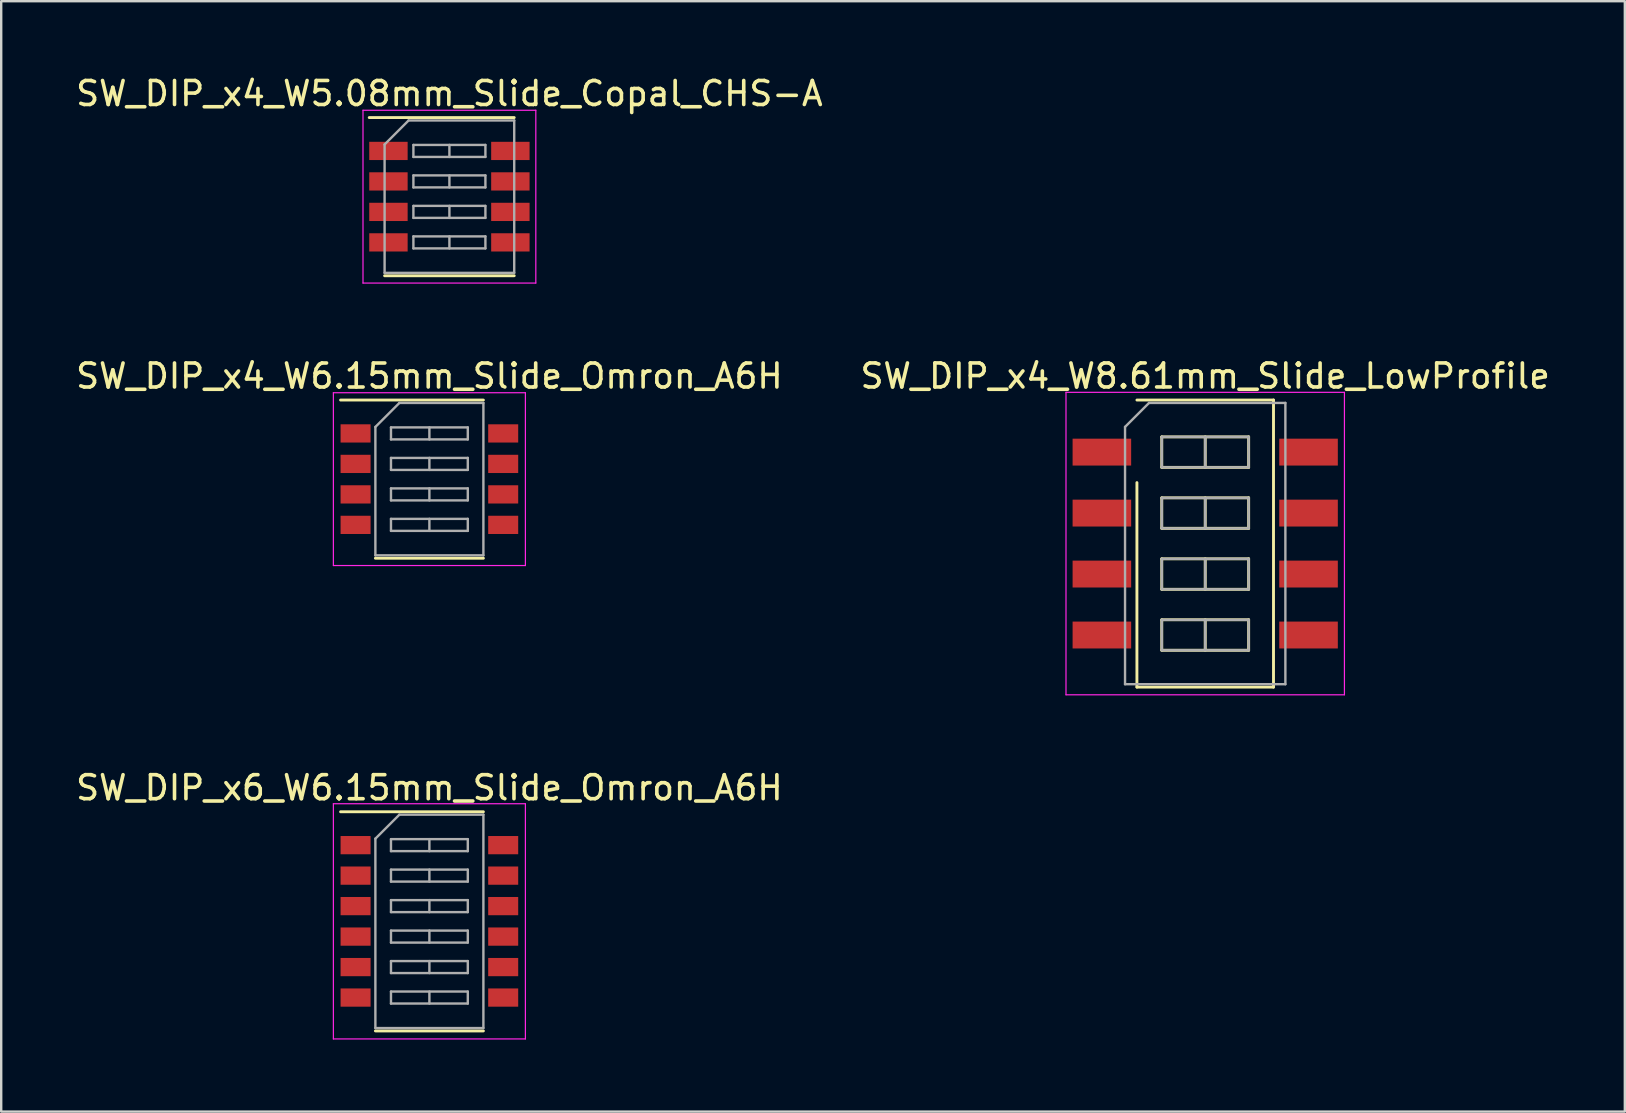
<source format=kicad_pcb>
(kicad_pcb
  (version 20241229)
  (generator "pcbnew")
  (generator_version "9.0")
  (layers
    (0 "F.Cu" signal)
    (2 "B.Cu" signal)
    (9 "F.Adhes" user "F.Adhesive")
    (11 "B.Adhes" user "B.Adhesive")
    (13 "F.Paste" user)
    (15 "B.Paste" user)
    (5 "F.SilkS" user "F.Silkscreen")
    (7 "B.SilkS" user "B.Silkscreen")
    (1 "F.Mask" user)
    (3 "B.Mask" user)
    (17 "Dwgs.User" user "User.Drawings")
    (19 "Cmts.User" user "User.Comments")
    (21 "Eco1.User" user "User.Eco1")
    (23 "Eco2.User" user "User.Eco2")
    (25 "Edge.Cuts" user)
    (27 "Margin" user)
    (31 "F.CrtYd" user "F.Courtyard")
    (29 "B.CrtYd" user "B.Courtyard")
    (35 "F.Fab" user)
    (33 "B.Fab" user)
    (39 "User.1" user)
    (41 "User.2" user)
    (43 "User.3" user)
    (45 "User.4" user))
  (footprint "SW_DIP_x6_W6.15mm_Slide_Omron_A6H"
    (layer "F.Cu")
    (at 14.839 35.335)
    (property "Reference" "SW_DIP_x6_W6.15mm_Slide_Omron_A6H" (at 0 -5.565 0) (layer "F.SilkS") (effects (font (size 1 1) (thickness 0.15))))
    (attr smd)
    (fp_line (start -3.7 -4.565) (end 2.25 -4.565) (stroke (width 0.12) (type solid)) (layer "F.SilkS"))
    (fp_line (start -2.25 4.565) (end 2.25 4.565) (stroke (width 0.12) (type solid)) (layer "F.SilkS"))
    (fp_line (start -4 -4.9) (end -4 4.9) (stroke (width 0.05) (type solid)) (layer "F.CrtYd"))
    (fp_line (start -4 4.9) (end 4 4.9) (stroke (width 0.05) (type solid)) (layer "F.CrtYd"))
    (fp_line (start 4 -4.9) (end -4 -4.9) (stroke (width 0.05) (type solid)) (layer "F.CrtYd"))
    (fp_line (start 4 4.9) (end 4 -4.9) (stroke (width 0.05) (type solid)) (layer "F.CrtYd"))
    (fp_line (start -2.25 -3.445) (end -1.25 -4.445) (stroke (width 0.1) (type solid)) (layer "F.Fab"))
    (fp_line (start -2.25 4.445) (end -2.25 -3.445) (stroke (width 0.1) (type solid)) (layer "F.Fab"))
    (fp_line (start -1.6 -3.425) (end -1.6 -2.925) (stroke (width 0.1) (type solid)) (layer "F.Fab"))
    (fp_line (start -1.6 -2.925) (end 1.6 -2.925) (stroke (width 0.1) (type solid)) (layer "F.Fab"))
    (fp_line (start -1.6 -2.155) (end -1.6 -1.655) (stroke (width 0.1) (type solid)) (layer "F.Fab"))
    (fp_line (start -1.6 -1.655) (end 1.6 -1.655) (stroke (width 0.1) (type solid)) (layer "F.Fab"))
    (fp_line (start -1.6 -0.885) (end -1.6 -0.385) (stroke (width 0.1) (type solid)) (layer "F.Fab"))
    (fp_line (start -1.6 -0.385) (end 1.6 -0.385) (stroke (width 0.1) (type solid)) (layer "F.Fab"))
    (fp_line (start -1.6 0.385) (end -1.6 0.885) (stroke (width 0.1) (type solid)) (layer "F.Fab"))
    (fp_line (start -1.6 0.885) (end 1.6 0.885) (stroke (width 0.1) (type solid)) (layer "F.Fab"))
    (fp_line (start -1.6 1.655) (end -1.6 2.155) (stroke (width 0.1) (type solid)) (layer "F.Fab"))
    (fp_line (start -1.6 2.155) (end 1.6 2.155) (stroke (width 0.1) (type solid)) (layer "F.Fab"))
    (fp_line (start -1.6 2.925) (end -1.6 3.425) (stroke (width 0.1) (type solid)) (layer "F.Fab"))
    (fp_line (start -1.6 3.425) (end 1.6 3.425) (stroke (width 0.1) (type solid)) (layer "F.Fab"))
    (fp_line (start -1.25 -4.445) (end 2.25 -4.445) (stroke (width 0.1) (type solid)) (layer "F.Fab"))
    (fp_line (start 0 -3.425) (end 0 -2.925) (stroke (width 0.1) (type solid)) (layer "F.Fab"))
    (fp_line (start 0 -2.155) (end 0 -1.655) (stroke (width 0.1) (type solid)) (layer "F.Fab"))
    (fp_line (start 0 -0.885) (end 0 -0.385) (stroke (width 0.1) (type solid)) (layer "F.Fab"))
    (fp_line (start 0 0.385) (end 0 0.885) (stroke (width 0.1) (type solid)) (layer "F.Fab"))
    (fp_line (start 0 1.655) (end 0 2.155) (stroke (width 0.1) (type solid)) (layer "F.Fab"))
    (fp_line (start 0 2.925) (end 0 3.425) (stroke (width 0.1) (type solid)) (layer "F.Fab"))
    (fp_line (start 1.6 -3.425) (end -1.6 -3.425) (stroke (width 0.1) (type solid)) (layer "F.Fab"))
    (fp_line (start 1.6 -2.925) (end 1.6 -3.425) (stroke (width 0.1) (type solid)) (layer "F.Fab"))
    (fp_line (start 1.6 -2.155) (end -1.6 -2.155) (stroke (width 0.1) (type solid)) (layer "F.Fab"))
    (fp_line (start 1.6 -1.655) (end 1.6 -2.155) (stroke (width 0.1) (type solid)) (layer "F.Fab"))
    (fp_line (start 1.6 -0.885) (end -1.6 -0.885) (stroke (width 0.1) (type solid)) (layer "F.Fab"))
    (fp_line (start 1.6 -0.385) (end 1.6 -0.885) (stroke (width 0.1) (type solid)) (layer "F.Fab"))
    (fp_line (start 1.6 0.385) (end -1.6 0.385) (stroke (width 0.1) (type solid)) (layer "F.Fab"))
    (fp_line (start 1.6 0.885) (end 1.6 0.385) (stroke (width 0.1) (type solid)) (layer "F.Fab"))
    (fp_line (start 1.6 1.655) (end -1.6 1.655) (stroke (width 0.1) (type solid)) (layer "F.Fab"))
    (fp_line (start 1.6 2.155) (end 1.6 1.655) (stroke (width 0.1) (type solid)) (layer "F.Fab"))
    (fp_line (start 1.6 2.925) (end -1.6 2.925) (stroke (width 0.1) (type solid)) (layer "F.Fab"))
    (fp_line (start 1.6 3.425) (end 1.6 2.925) (stroke (width 0.1) (type solid)) (layer "F.Fab"))
    (fp_line (start 2.25 -4.445) (end 2.25 4.445) (stroke (width 0.1) (type solid)) (layer "F.Fab"))
    (fp_line (start 2.25 4.445) (end -2.25 4.445) (stroke (width 0.1) (type solid)) (layer "F.Fab"))
    (pad "1" smd rect (at -3.075 -3.175) (size 1.25 0.76) (layers "F.Cu" "F.Mask"))
    (pad "2" smd rect (at -3.075 -1.905) (size 1.25 0.76) (layers "F.Cu" "F.Mask"))
    (pad "3" smd rect (at -3.075 -0.635) (size 1.25 0.76) (layers "F.Cu" "F.Mask"))
    (pad "4" smd rect (at -3.075 0.635) (size 1.25 0.76) (layers "F.Cu" "F.Mask"))
    (pad "5" smd rect (at -3.075 1.905) (size 1.25 0.76) (layers "F.Cu" "F.Mask"))
    (pad "6" smd rect (at -3.075 3.175) (size 1.25 0.76) (layers "F.Cu" "F.Mask"))
    (pad "7" smd rect (at 3.075 3.175) (size 1.25 0.76) (layers "F.Cu" "F.Mask"))
    (pad "8" smd rect (at 3.075 1.905) (size 1.25 0.76) (layers "F.Cu" "F.Mask"))
    (pad "9" smd rect (at 3.075 0.635) (size 1.25 0.76) (layers "F.Cu" "F.Mask"))
    (pad "10" smd rect (at 3.075 -0.635) (size 1.25 0.76) (layers "F.Cu" "F.Mask"))
    (pad "11" smd rect (at 3.075 -1.905) (size 1.25 0.76) (layers "F.Cu" "F.Mask"))
    (pad "12" smd rect (at 3.075 -3.175) (size 1.25 0.76) (layers "F.Cu" "F.Mask")))
  (footprint "SW_DIP_x4_W8.61mm_Slide_LowProfile"
    (layer "F.Cu")
    (at 47.161 19.596)
    (property "Reference" "SW_DIP_x4_W8.61mm_Slide_LowProfile" (at 0 -6.98 0) (layer "F.SilkS") (effects (font (size 1 1) (thickness 0.15))))
    (attr smd)
    (fp_line (start -2.845 -5.98) (end 2.845 -5.98) (stroke (width 0.12) (type solid)) (layer "F.SilkS"))
    (fp_line (start -2.845 5.98) (end -2.845 -2.54) (stroke (width 0.12) (type solid)) (layer "F.SilkS"))
    (fp_line (start -1.81 -4.445) (end -1.81 -3.175) (stroke (width 0.12) (type solid)) (layer "F.SilkS"))
    (fp_line (start -1.81 -3.175) (end 1.81 -3.175) (stroke (width 0.12) (type solid)) (layer "F.SilkS"))
    (fp_line (start -1.81 -1.905) (end -1.81 -0.635) (stroke (width 0.12) (type solid)) (layer "F.SilkS"))
    (fp_line (start -1.81 -0.635) (end 1.81 -0.635) (stroke (width 0.12) (type solid)) (layer "F.SilkS"))
    (fp_line (start -1.81 0.635) (end -1.81 1.905) (stroke (width 0.12) (type solid)) (layer "F.SilkS"))
    (fp_line (start -1.81 1.905) (end 1.81 1.905) (stroke (width 0.12) (type solid)) (layer "F.SilkS"))
    (fp_line (start -1.81 3.175) (end -1.81 4.445) (stroke (width 0.12) (type solid)) (layer "F.SilkS"))
    (fp_line (start -1.81 4.445) (end 1.81 4.445) (stroke (width 0.12) (type solid)) (layer "F.SilkS"))
    (fp_line (start 0 -4.445) (end 0 -3.175) (stroke (width 0.12) (type solid)) (layer "F.SilkS"))
    (fp_line (start 0 -1.905) (end 0 -0.635) (stroke (width 0.12) (type solid)) (layer "F.SilkS"))
    (fp_line (start 0 0.635) (end 0 1.905) (stroke (width 0.12) (type solid)) (layer "F.SilkS"))
    (fp_line (start 0 3.175) (end 0 4.445) (stroke (width 0.12) (type solid)) (layer "F.SilkS"))
    (fp_line (start 1.81 -4.445) (end -1.81 -4.445) (stroke (width 0.12) (type solid)) (layer "F.SilkS"))
    (fp_line (start 1.81 -3.175) (end 1.81 -4.445) (stroke (width 0.12) (type solid)) (layer "F.SilkS"))
    (fp_line (start 1.81 -1.905) (end -1.81 -1.905) (stroke (width 0.12) (type solid)) (layer "F.SilkS"))
    (fp_line (start 1.81 -0.635) (end 1.81 -1.905) (stroke (width 0.12) (type solid)) (layer "F.SilkS"))
    (fp_line (start 1.81 0.635) (end -1.81 0.635) (stroke (width 0.12) (type solid)) (layer "F.SilkS"))
    (fp_line (start 1.81 1.905) (end 1.81 0.635) (stroke (width 0.12) (type solid)) (layer "F.SilkS"))
    (fp_line (start 1.81 3.175) (end -1.81 3.175) (stroke (width 0.12) (type solid)) (layer "F.SilkS"))
    (fp_line (start 1.81 4.445) (end 1.81 3.175) (stroke (width 0.12) (type solid)) (layer "F.SilkS"))
    (fp_line (start 2.845 -5.98) (end 2.845 5.98) (stroke (width 0.12) (type solid)) (layer "F.SilkS"))
    (fp_line (start 2.845 5.98) (end -2.845 5.98) (stroke (width 0.12) (type solid)) (layer "F.SilkS"))
    (fp_line (start -5.8 -6.3) (end -5.8 6.3) (stroke (width 0.05) (type solid)) (layer "F.CrtYd"))
    (fp_line (start -5.8 6.3) (end 5.8 6.3) (stroke (width 0.05) (type solid)) (layer "F.CrtYd"))
    (fp_line (start 5.8 -6.3) (end -5.8 -6.3) (stroke (width 0.05) (type solid)) (layer "F.CrtYd"))
    (fp_line (start 5.8 6.3) (end 5.8 -6.3) (stroke (width 0.05) (type solid)) (layer "F.CrtYd"))
    (fp_line (start -3.34 -4.86) (end -2.34 -5.86) (stroke (width 0.1) (type solid)) (layer "F.Fab"))
    (fp_line (start -3.34 5.86) (end -3.34 -4.86) (stroke (width 0.1) (type solid)) (layer "F.Fab"))
    (fp_line (start -2.34 -5.86) (end 3.34 -5.86) (stroke (width 0.1) (type solid)) (layer "F.Fab"))
    (fp_line (start -1.81 -4.445) (end -1.81 -3.175) (stroke (width 0.1) (type solid)) (layer "F.Fab"))
    (fp_line (start -1.81 -3.175) (end 1.81 -3.175) (stroke (width 0.1) (type solid)) (layer "F.Fab"))
    (fp_line (start -1.81 -1.905) (end -1.81 -0.635) (stroke (width 0.1) (type solid)) (layer "F.Fab"))
    (fp_line (start -1.81 -0.635) (end 1.81 -0.635) (stroke (width 0.1) (type solid)) (layer "F.Fab"))
    (fp_line (start -1.81 0.635) (end -1.81 1.905) (stroke (width 0.1) (type solid)) (layer "F.Fab"))
    (fp_line (start -1.81 1.905) (end 1.81 1.905) (stroke (width 0.1) (type solid)) (layer "F.Fab"))
    (fp_line (start -1.81 3.175) (end -1.81 4.445) (stroke (width 0.1) (type solid)) (layer "F.Fab"))
    (fp_line (start -1.81 4.445) (end 1.81 4.445) (stroke (width 0.1) (type solid)) (layer "F.Fab"))
    (fp_line (start 0 -4.445) (end 0 -3.175) (stroke (width 0.1) (type solid)) (layer "F.Fab"))
    (fp_line (start 0 -1.905) (end 0 -0.635) (stroke (width 0.1) (type solid)) (layer "F.Fab"))
    (fp_line (start 0 0.635) (end 0 1.905) (stroke (width 0.1) (type solid)) (layer "F.Fab"))
    (fp_line (start 0 3.175) (end 0 4.445) (stroke (width 0.1) (type solid)) (layer "F.Fab"))
    (fp_line (start 1.81 -4.445) (end -1.81 -4.445) (stroke (width 0.1) (type solid)) (layer "F.Fab"))
    (fp_line (start 1.81 -3.175) (end 1.81 -4.445) (stroke (width 0.1) (type solid)) (layer "F.Fab"))
    (fp_line (start 1.81 -1.905) (end -1.81 -1.905) (stroke (width 0.1) (type solid)) (layer "F.Fab"))
    (fp_line (start 1.81 -0.635) (end 1.81 -1.905) (stroke (width 0.1) (type solid)) (layer "F.Fab"))
    (fp_line (start 1.81 0.635) (end -1.81 0.635) (stroke (width 0.1) (type solid)) (layer "F.Fab"))
    (fp_line (start 1.81 1.905) (end 1.81 0.635) (stroke (width 0.1) (type solid)) (layer "F.Fab"))
    (fp_line (start 1.81 3.175) (end -1.81 3.175) (stroke (width 0.1) (type solid)) (layer "F.Fab"))
    (fp_line (start 1.81 4.445) (end 1.81 3.175) (stroke (width 0.1) (type solid)) (layer "F.Fab"))
    (fp_line (start 3.34 -5.86) (end 3.34 5.86) (stroke (width 0.1) (type solid)) (layer "F.Fab"))
    (fp_line (start 3.34 5.86) (end -3.34 5.86) (stroke (width 0.1) (type solid)) (layer "F.Fab"))
    (pad "1" smd rect (at -4.305 -3.81) (size 2.44 1.12) (layers "F.Cu" "F.Mask"))
    (pad "2" smd rect (at -4.305 -1.27) (size 2.44 1.12) (layers "F.Cu" "F.Mask"))
    (pad "3" smd rect (at -4.305 1.27) (size 2.44 1.12) (layers "F.Cu" "F.Mask"))
    (pad "4" smd rect (at -4.305 3.81) (size 2.44 1.12) (layers "F.Cu" "F.Mask"))
    (pad "5" smd rect (at 4.305 3.81) (size 2.44 1.12) (layers "F.Cu" "F.Mask"))
    (pad "6" smd rect (at 4.305 1.27) (size 2.44 1.12) (layers "F.Cu" "F.Mask"))
    (pad "7" smd rect (at 4.305 -1.27) (size 2.44 1.12) (layers "F.Cu" "F.Mask"))
    (pad "8" smd rect (at 4.305 -3.81) (size 2.44 1.12) (layers "F.Cu" "F.Mask")))
  (footprint "SW_DIP_x4_W6.15mm_Slide_Omron_A6H"
    (layer "F.Cu")
    (at 14.839 16.912)
    (property "Reference" "SW_DIP_x4_W6.15mm_Slide_Omron_A6H" (at 0 -4.295 0) (layer "F.SilkS") (effects (font (size 1 1) (thickness 0.15))))
    (attr smd)
    (fp_line (start -3.7 -3.295) (end 2.25 -3.295) (stroke (width 0.12) (type solid)) (layer "F.SilkS"))
    (fp_line (start -2.25 3.295) (end 2.25 3.295) (stroke (width 0.12) (type solid)) (layer "F.SilkS"))
    (fp_line (start -4 -3.6) (end -4 3.6) (stroke (width 0.05) (type solid)) (layer "F.CrtYd"))
    (fp_line (start -4 3.6) (end 4 3.6) (stroke (width 0.05) (type solid)) (layer "F.CrtYd"))
    (fp_line (start 4 -3.6) (end -4 -3.6) (stroke (width 0.05) (type solid)) (layer "F.CrtYd"))
    (fp_line (start 4 3.6) (end 4 -3.6) (stroke (width 0.05) (type solid)) (layer "F.CrtYd"))
    (fp_line (start -2.25 -2.175) (end -1.25 -3.175) (stroke (width 0.1) (type solid)) (layer "F.Fab"))
    (fp_line (start -2.25 3.175) (end -2.25 -2.175) (stroke (width 0.1) (type solid)) (layer "F.Fab"))
    (fp_line (start -1.6 -2.155) (end -1.6 -1.655) (stroke (width 0.1) (type solid)) (layer "F.Fab"))
    (fp_line (start -1.6 -1.655) (end 1.6 -1.655) (stroke (width 0.1) (type solid)) (layer "F.Fab"))
    (fp_line (start -1.6 -0.885) (end -1.6 -0.385) (stroke (width 0.1) (type solid)) (layer "F.Fab"))
    (fp_line (start -1.6 -0.385) (end 1.6 -0.385) (stroke (width 0.1) (type solid)) (layer "F.Fab"))
    (fp_line (start -1.6 0.385) (end -1.6 0.885) (stroke (width 0.1) (type solid)) (layer "F.Fab"))
    (fp_line (start -1.6 0.885) (end 1.6 0.885) (stroke (width 0.1) (type solid)) (layer "F.Fab"))
    (fp_line (start -1.6 1.655) (end -1.6 2.155) (stroke (width 0.1) (type solid)) (layer "F.Fab"))
    (fp_line (start -1.6 2.155) (end 1.6 2.155) (stroke (width 0.1) (type solid)) (layer "F.Fab"))
    (fp_line (start -1.25 -3.175) (end 2.25 -3.175) (stroke (width 0.1) (type solid)) (layer "F.Fab"))
    (fp_line (start 0 -2.155) (end 0 -1.655) (stroke (width 0.1) (type solid)) (layer "F.Fab"))
    (fp_line (start 0 -0.885) (end 0 -0.385) (stroke (width 0.1) (type solid)) (layer "F.Fab"))
    (fp_line (start 0 0.385) (end 0 0.885) (stroke (width 0.1) (type solid)) (layer "F.Fab"))
    (fp_line (start 0 1.655) (end 0 2.155) (stroke (width 0.1) (type solid)) (layer "F.Fab"))
    (fp_line (start 1.6 -2.155) (end -1.6 -2.155) (stroke (width 0.1) (type solid)) (layer "F.Fab"))
    (fp_line (start 1.6 -1.655) (end 1.6 -2.155) (stroke (width 0.1) (type solid)) (layer "F.Fab"))
    (fp_line (start 1.6 -0.885) (end -1.6 -0.885) (stroke (width 0.1) (type solid)) (layer "F.Fab"))
    (fp_line (start 1.6 -0.385) (end 1.6 -0.885) (stroke (width 0.1) (type solid)) (layer "F.Fab"))
    (fp_line (start 1.6 0.385) (end -1.6 0.385) (stroke (width 0.1) (type solid)) (layer "F.Fab"))
    (fp_line (start 1.6 0.885) (end 1.6 0.385) (stroke (width 0.1) (type solid)) (layer "F.Fab"))
    (fp_line (start 1.6 1.655) (end -1.6 1.655) (stroke (width 0.1) (type solid)) (layer "F.Fab"))
    (fp_line (start 1.6 2.155) (end 1.6 1.655) (stroke (width 0.1) (type solid)) (layer "F.Fab"))
    (fp_line (start 2.25 -3.175) (end 2.25 3.175) (stroke (width 0.1) (type solid)) (layer "F.Fab"))
    (fp_line (start 2.25 3.175) (end -2.25 3.175) (stroke (width 0.1) (type solid)) (layer "F.Fab"))
    (pad "1" smd rect (at -3.075 -1.905) (size 1.25 0.76) (layers "F.Cu" "F.Mask"))
    (pad "2" smd rect (at -3.075 -0.635) (size 1.25 0.76) (layers "F.Cu" "F.Mask"))
    (pad "3" smd rect (at -3.075 0.635) (size 1.25 0.76) (layers "F.Cu" "F.Mask"))
    (pad "4" smd rect (at -3.075 1.905) (size 1.25 0.76) (layers "F.Cu" "F.Mask"))
    (pad "5" smd rect (at 3.075 1.905) (size 1.25 0.76) (layers "F.Cu" "F.Mask"))
    (pad "6" smd rect (at 3.075 0.635) (size 1.25 0.76) (layers "F.Cu" "F.Mask"))
    (pad "7" smd rect (at 3.075 -0.635) (size 1.25 0.76) (layers "F.Cu" "F.Mask"))
    (pad "8" smd rect (at 3.075 -1.905) (size 1.25 0.76) (layers "F.Cu" "F.Mask")))
  (footprint "SW_DIP_x4_W5.08mm_Slide_Copal_CHS-A"
    (layer "F.Cu")
    (at 15.673 5.143)
    (property "Reference" "SW_DIP_x4_W5.08mm_Slide_Copal_CHS-A" (at 0 -4.295 0) (layer "F.SilkS") (effects (font (size 1 1) (thickness 0.15))))
    (attr smd)
    (fp_line (start -3.34 -3.295) (end 2.7 -3.295) (stroke (width 0.12) (type solid)) (layer "F.SilkS"))
    (fp_line (start -2.7 3.295) (end 2.7 3.295) (stroke (width 0.12) (type solid)) (layer "F.SilkS"))
    (fp_line (start -3.6 -3.6) (end -3.6 3.6) (stroke (width 0.05) (type solid)) (layer "F.CrtYd"))
    (fp_line (start -3.6 3.6) (end 3.6 3.6) (stroke (width 0.05) (type solid)) (layer "F.CrtYd"))
    (fp_line (start 3.6 -3.6) (end -3.6 -3.6) (stroke (width 0.05) (type solid)) (layer "F.CrtYd"))
    (fp_line (start 3.6 3.6) (end 3.6 -3.6) (stroke (width 0.05) (type solid)) (layer "F.CrtYd"))
    (fp_line (start -2.7 -2.175) (end -1.7 -3.175) (stroke (width 0.1) (type solid)) (layer "F.Fab"))
    (fp_line (start -2.7 3.175) (end -2.7 -2.175) (stroke (width 0.1) (type solid)) (layer "F.Fab"))
    (fp_line (start -1.7 -3.175) (end 2.7 -3.175) (stroke (width 0.1) (type solid)) (layer "F.Fab"))
    (fp_line (start -1.5 -2.155) (end -1.5 -1.655) (stroke (width 0.1) (type solid)) (layer "F.Fab"))
    (fp_line (start -1.5 -1.655) (end 1.5 -1.655) (stroke (width 0.1) (type solid)) (layer "F.Fab"))
    (fp_line (start -1.5 -0.885) (end -1.5 -0.385) (stroke (width 0.1) (type solid)) (layer "F.Fab"))
    (fp_line (start -1.5 -0.385) (end 1.5 -0.385) (stroke (width 0.1) (type solid)) (layer "F.Fab"))
    (fp_line (start -1.5 0.385) (end -1.5 0.885) (stroke (width 0.1) (type solid)) (layer "F.Fab"))
    (fp_line (start -1.5 0.885) (end 1.5 0.885) (stroke (width 0.1) (type solid)) (layer "F.Fab"))
    (fp_line (start -1.5 1.655) (end -1.5 2.155) (stroke (width 0.1) (type solid)) (layer "F.Fab"))
    (fp_line (start -1.5 2.155) (end 1.5 2.155) (stroke (width 0.1) (type solid)) (layer "F.Fab"))
    (fp_line (start 0 -2.155) (end 0 -1.655) (stroke (width 0.1) (type solid)) (layer "F.Fab"))
    (fp_line (start 0 -0.885) (end 0 -0.385) (stroke (width 0.1) (type solid)) (layer "F.Fab"))
    (fp_line (start 0 0.385) (end 0 0.885) (stroke (width 0.1) (type solid)) (layer "F.Fab"))
    (fp_line (start 0 1.655) (end 0 2.155) (stroke (width 0.1) (type solid)) (layer "F.Fab"))
    (fp_line (start 1.5 -2.155) (end -1.5 -2.155) (stroke (width 0.1) (type solid)) (layer "F.Fab"))
    (fp_line (start 1.5 -1.655) (end 1.5 -2.155) (stroke (width 0.1) (type solid)) (layer "F.Fab"))
    (fp_line (start 1.5 -0.885) (end -1.5 -0.885) (stroke (width 0.1) (type solid)) (layer "F.Fab"))
    (fp_line (start 1.5 -0.385) (end 1.5 -0.885) (stroke (width 0.1) (type solid)) (layer "F.Fab"))
    (fp_line (start 1.5 0.385) (end -1.5 0.385) (stroke (width 0.1) (type solid)) (layer "F.Fab"))
    (fp_line (start 1.5 0.885) (end 1.5 0.385) (stroke (width 0.1) (type solid)) (layer "F.Fab"))
    (fp_line (start 1.5 1.655) (end -1.5 1.655) (stroke (width 0.1) (type solid)) (layer "F.Fab"))
    (fp_line (start 1.5 2.155) (end 1.5 1.655) (stroke (width 0.1) (type solid)) (layer "F.Fab"))
    (fp_line (start 2.7 -3.175) (end 2.7 3.175) (stroke (width 0.1) (type solid)) (layer "F.Fab"))
    (fp_line (start 2.7 3.175) (end -2.7 3.175) (stroke (width 0.1) (type solid)) (layer "F.Fab"))
    (pad "1" smd rect (at -2.54 -1.905) (size 1.6 0.76) (layers "F.Cu" "F.Mask"))
    (pad "2" smd rect (at -2.54 -0.635) (size 1.6 0.76) (layers "F.Cu" "F.Mask"))
    (pad "3" smd rect (at -2.54 0.635) (size 1.6 0.76) (layers "F.Cu" "F.Mask"))
    (pad "4" smd rect (at -2.54 1.905) (size 1.6 0.76) (layers "F.Cu" "F.Mask"))
    (pad "5" smd rect (at 2.54 1.905) (size 1.6 0.76) (layers "F.Cu" "F.Mask"))
    (pad "6" smd rect (at 2.54 0.635) (size 1.6 0.76) (layers "F.Cu" "F.Mask"))
    (pad "7" smd rect (at 2.54 -0.635) (size 1.6 0.76) (layers "F.Cu" "F.Mask"))
    (pad "8" smd rect (at 2.54 -1.905) (size 1.6 0.76) (layers "F.Cu" "F.Mask")))
  (gr_rect
    (start -3 -3)
    (end 64.643 43.26)
    (stroke (width 0.1) (type default))
    (fill no)
    (layer "Edge.Cuts")))
</source>
